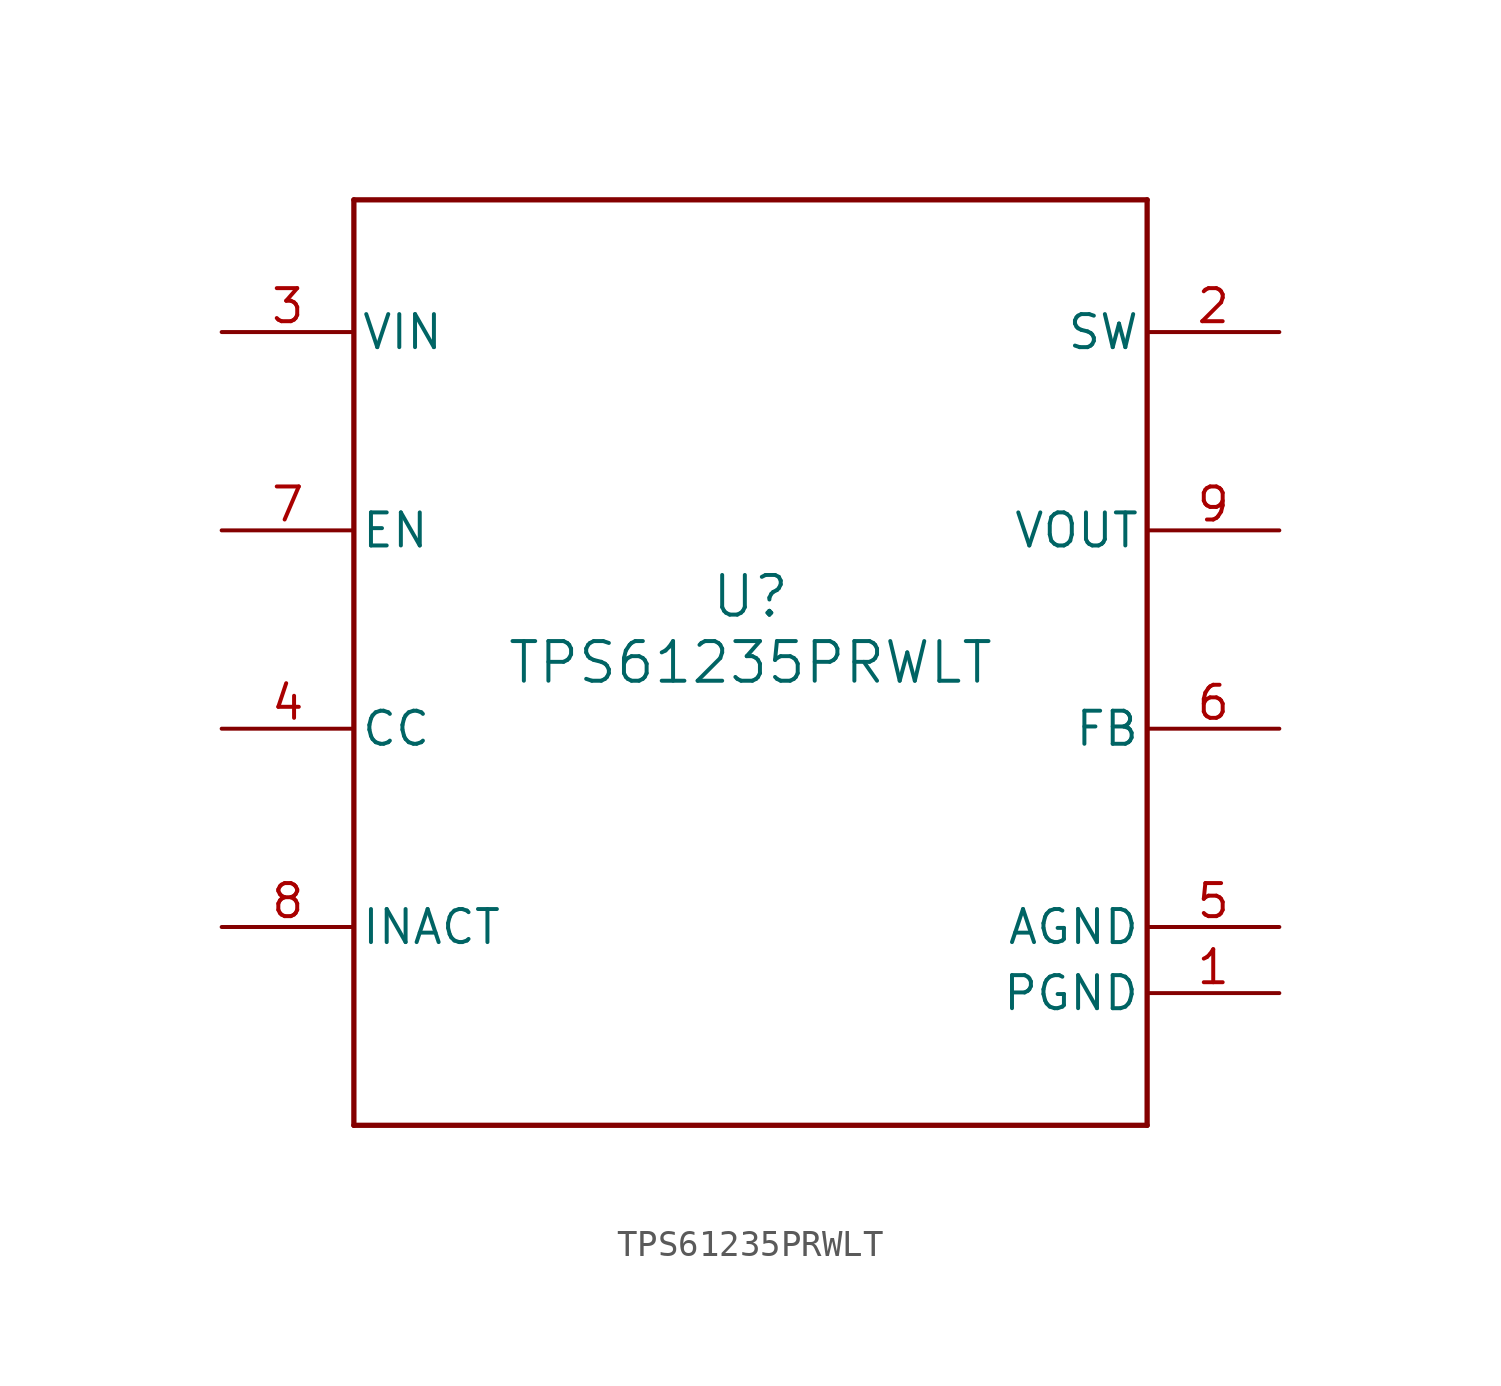
<source format=kicad_sym>
(kicad_symbol_lib
  (version 20211014)
  (generator kicad_symbol_editor)
  (symbol "TPS61235PRWLT"
    (pin_names
      (offset 0.254))
    (property "Reference" "U"
      (at 0 2.54 0)
      (effects (font (size 1.524 1.524))))
    (property "Value" "TPS61235PRWLT"
      (at 0 0 0)
      (effects (font (size 1.524 1.524))))
    (symbol "TPS61235PRWLT_0_1"
      (polyline (pts (xy -15.24 -17.78) (xy 15.24 -17.78)) (stroke (width 0.203) (type default) (color 0 0 0 0)) (fill (type none)))
      (polyline (pts (xy 15.24 -17.78) (xy 15.24 17.78)) (stroke (width 0.203) (type default) (color 0 0 0 0)) (fill (type none)))
      (polyline (pts (xy 15.24 17.78) (xy -15.24 17.78)) (stroke (width 0.203) (type default) (color 0 0 0 0)) (fill (type none)))
      (polyline (pts (xy -15.24 17.78) (xy -15.24 -17.78)) (stroke (width 0.203) (type default) (color 0 0 0 0)) (fill (type none)))
      (pin power_in line (at 20.32 -12.7 180) (length 5.08) (name "PGND" (effects (font (size 1.27 1.27)))) (number "1" (effects (font (size 1.27 1.27)))))
      (pin power_in line (at 20.32 12.7 180) (length 5.08) (name "SW" (effects (font (size 1.27 1.27)))) (number "2" (effects (font (size 1.27 1.27)))))
      (pin power_in line (at -20.32 12.7 0) (length 5.08) (name "VIN" (effects (font (size 1.27 1.27)))) (number "3" (effects (font (size 1.27 1.27)))))
      (pin unspecified line (at -20.32 -2.54 0) (length 5.08) (name "CC" (effects (font (size 1.27 1.27)))) (number "4" (effects (font (size 1.27 1.27)))))
      (pin power_in line (at 20.32 -10.16 180) (length 5.08) (name "AGND" (effects (font (size 1.27 1.27)))) (number "5" (effects (font (size 1.27 1.27)))))
      (pin unspecified line (at 20.32 -2.54 180) (length 5.08) (name "FB" (effects (font (size 1.27 1.27)))) (number "6" (effects (font (size 1.27 1.27)))))
      (pin input line (at -20.32 5.08 0) (length 5.08) (name "EN" (effects (font (size 1.27 1.27)))) (number "7" (effects (font (size 1.27 1.27)))))
      (pin unspecified line (at -20.32 -10.16 0) (length 5.08) (name "INACT" (effects (font (size 1.27 1.27)))) (number "8" (effects (font (size 1.27 1.27)))))
      (pin power_in line (at 20.32 5.08 180) (length 5.08) (name "VOUT" (effects (font (size 1.27 1.27)))) (number "9" (effects (font (size 1.27 1.27))))))))
</source>
